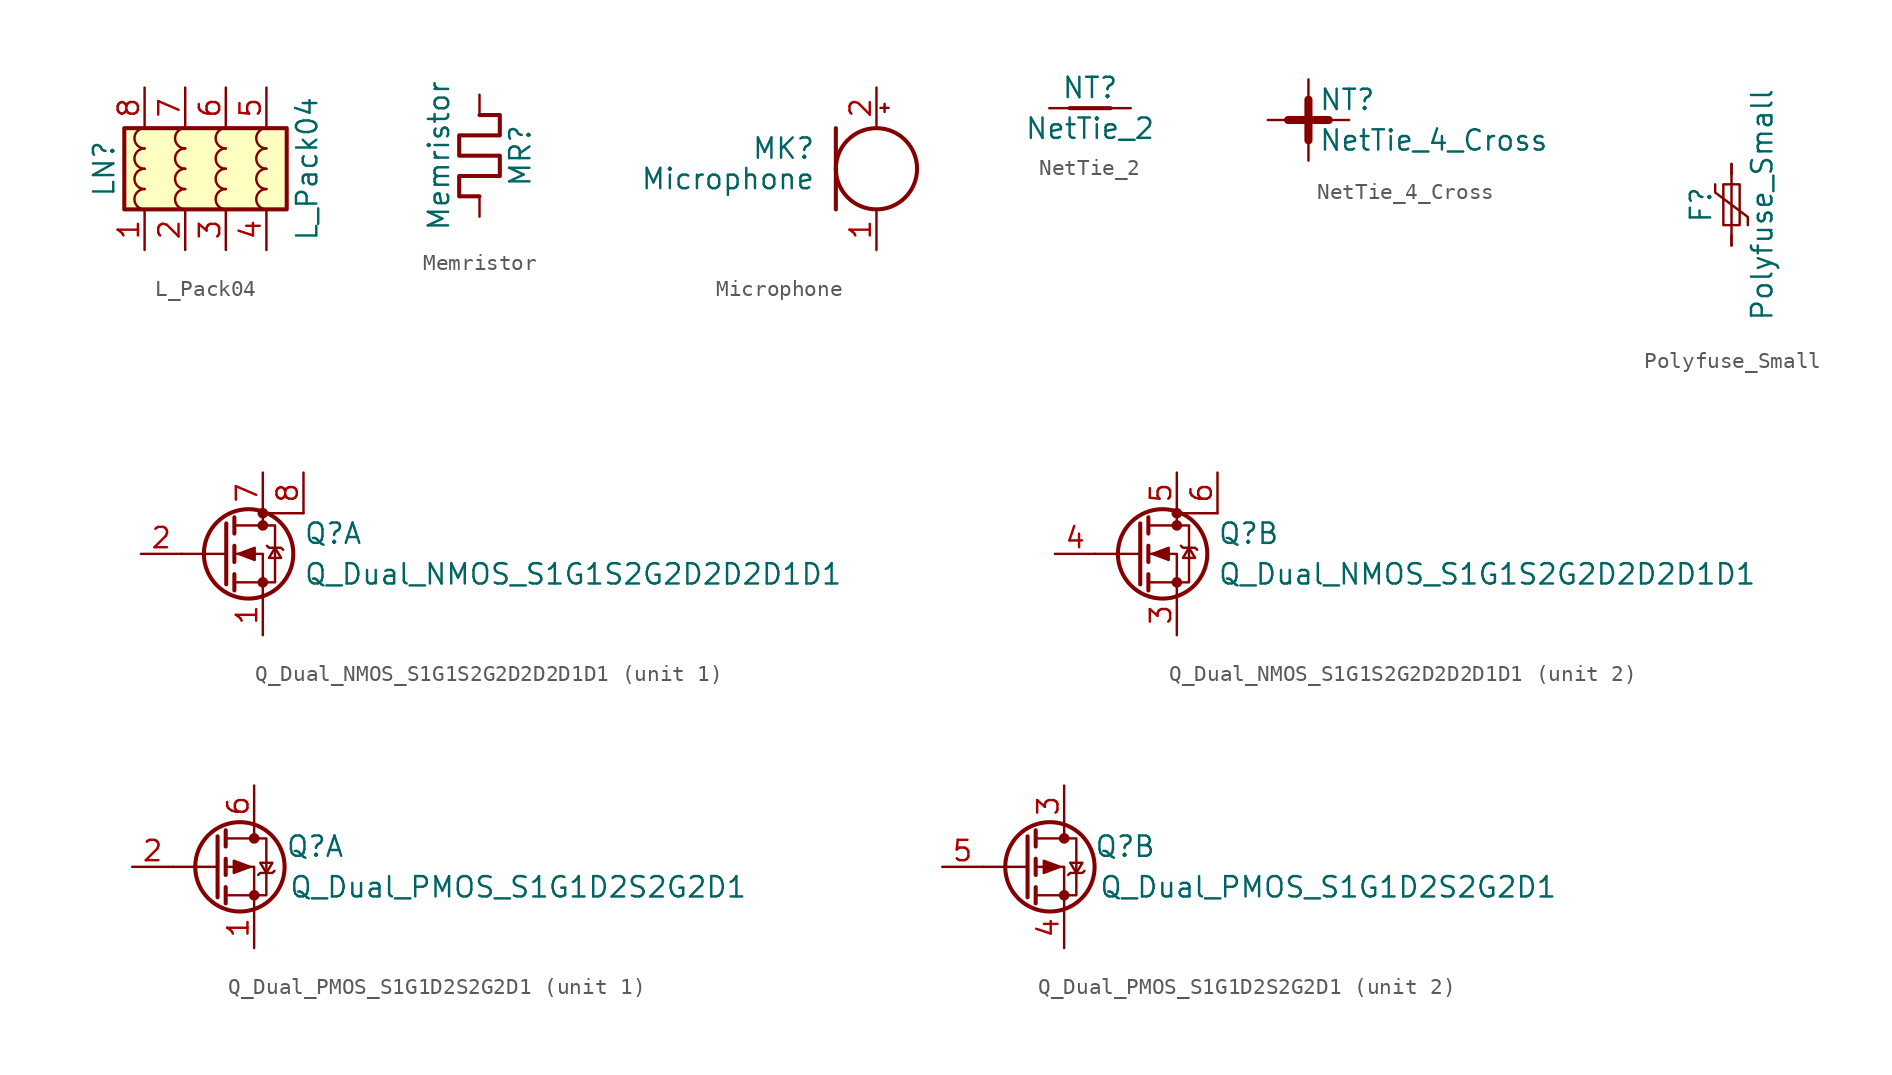
<source format=kicad_sym>
(kicad_symbol_lib
  (version 20220914)
  (generator kicad_symbol_editor)
  (symbol "L_Pack04"
    (property "Reference" "LN"
      (at -7.62 0 90)
      (effects (font (size 1.27 1.27))))
    (property "Value" "L_Pack04"
      (at 5.08 0 90)
      (effects (font (size 1.27 1.27))))
    (symbol "L_Pack04_0_1"
      (rectangle (start -6.35 2.54) (end 3.81 -2.54) (stroke (width 0.254) (type default)) (fill (type background))))
    (symbol "L_Pack04_1_1"
      (arc (start -5.08 -1.27) (mid -5.7123 -1.905) (end -5.08 -2.54) (stroke (width 0) (type default)) (fill (type none)))
      (arc (start -5.08 0) (mid -5.7123 -0.635) (end -5.08 -1.27) (stroke (width 0) (type default)) (fill (type none)))
      (arc (start -5.08 1.27) (mid -5.7123 0.635) (end -5.08 0) (stroke (width 0) (type default)) (fill (type none)))
      (arc (start -5.08 2.54) (mid -5.7123 1.905) (end -5.08 1.27) (stroke (width 0) (type default)) (fill (type none)))
      (arc (start -2.54 -1.27) (mid -3.1723 -1.905) (end -2.54 -2.54) (stroke (width 0) (type default)) (fill (type none)))
      (arc (start -2.54 0) (mid -3.1723 -0.635) (end -2.54 -1.27) (stroke (width 0) (type default)) (fill (type none)))
      (arc (start -2.54 1.27) (mid -3.1723 0.635) (end -2.54 0) (stroke (width 0) (type default)) (fill (type none)))
      (arc (start -2.54 2.54) (mid -3.1723 1.905) (end -2.54 1.27) (stroke (width 0) (type default)) (fill (type none)))
      (arc (start 0 -1.27) (mid -0.6323 -1.905) (end 0 -2.54) (stroke (width 0) (type default)) (fill (type none)))
      (arc (start 0 0) (mid -0.6323 -0.635) (end 0 -1.27) (stroke (width 0) (type default)) (fill (type none)))
      (arc (start 0 1.27) (mid -0.6323 0.635) (end 0 0) (stroke (width 0) (type default)) (fill (type none)))
      (arc (start 0 2.54) (mid -0.6323 1.905) (end 0 1.27) (stroke (width 0) (type default)) (fill (type none)))
      (arc (start 2.54 -1.27) (mid 1.9077 -1.905) (end 2.54 -2.54) (stroke (width 0) (type default)) (fill (type none)))
      (arc (start 2.54 0) (mid 1.9077 -0.635) (end 2.54 -1.27) (stroke (width 0) (type default)) (fill (type none)))
      (arc (start 2.54 1.27) (mid 1.9077 0.635) (end 2.54 0) (stroke (width 0) (type default)) (fill (type none)))
      (arc (start 2.54 2.54) (mid 1.9077 1.905) (end 2.54 1.27) (stroke (width 0) (type default)) (fill (type none)))
      (pin passive line (at -5.08 -5.08 90) (length 2.54) (name "~" (effects (font (size 1.27 1.27)))) (number "1" (effects (font (size 1.27 1.27)))))
      (pin passive line (at -2.54 -5.08 90) (length 2.54) (name "~" (effects (font (size 1.27 1.27)))) (number "2" (effects (font (size 1.27 1.27)))))
      (pin passive line (at 0 -5.08 90) (length 2.54) (name "~" (effects (font (size 1.27 1.27)))) (number "3" (effects (font (size 1.27 1.27)))))
      (pin passive line (at 2.54 -5.08 90) (length 2.54) (name "~" (effects (font (size 1.27 1.27)))) (number "4" (effects (font (size 1.27 1.27)))))
      (pin passive line (at 2.54 5.08 270) (length 2.54) (name "~" (effects (font (size 1.27 1.27)))) (number "5" (effects (font (size 1.27 1.27)))))
      (pin passive line (at 0 5.08 270) (length 2.54) (name "~" (effects (font (size 1.27 1.27)))) (number "6" (effects (font (size 1.27 1.27)))))
      (pin passive line (at -2.54 5.08 270) (length 2.54) (name "~" (effects (font (size 1.27 1.27)))) (number "7" (effects (font (size 1.27 1.27)))))
      (pin passive line (at -5.08 5.08 270) (length 2.54) (name "~" (effects (font (size 1.27 1.27)))) (number "8" (effects (font (size 1.27 1.27)))))))
  (symbol "Memristor"
    (pin_numbers hide)
    (pin_names
      (offset 0))
    (property "Reference" "MR"
      (at 2.54 0 90)
      (effects (font (size 1.27 1.27))))
    (property "Value" "Memristor"
      (at -2.54 0 90)
      (effects (font (size 1.27 1.27))))
    (symbol "Memristor_0_0"
      (polyline (pts (xy 0 2.54) (xy 1.27 2.54) (xy 1.27 1.27) (xy -1.27 1.27) (xy -1.27 0) (xy 1.27 0) (xy 1.27 -1.27) (xy -1.27 -1.27) (xy -1.27 -2.54) (xy 0 -2.54)) (stroke (width 0.254) (type default)) (fill (type none))))
    (symbol "Memristor_1_1"
      (pin passive line (at 0 3.81 270) (length 1.27) (name "~" (effects (font (size 1.27 1.27)))) (number "1" (effects (font (size 1.27 1.27)))))
      (pin passive line (at 0 -3.81 90) (length 1.27) (name "~" (effects (font (size 1.27 1.27)))) (number "2" (effects (font (size 1.27 1.27)))))))
  (symbol "Microphone"
    (pin_names
      (offset 0.025) hide)
    (property "Reference" "MK"
      (at -3.81 1.27 0)
      (effects (font (size 1.27 1.27)) (justify right)))
    (property "Value" "Microphone"
      (at -3.81 -0.635 0)
      (effects (font (size 1.27 1.27)) (justify right)))
    (symbol "Microphone_0_1"
      (polyline (pts (xy -2.54 2.54) (xy -2.54 -2.54)) (stroke (width 0.254) (type default)) (fill (type none)))
      (polyline (pts (xy 0.254 3.81) (xy 0.762 3.81)) (stroke (width 0) (type default)) (fill (type none)))
      (polyline (pts (xy 0.508 4.064) (xy 0.508 3.556)) (stroke (width 0) (type default)) (fill (type none)))
      (circle (center 0 0) (radius 2.54) (stroke (width 0.254) (type default)) (fill (type none))))
    (symbol "Microphone_1_1"
      (pin passive line (at 0 -5.08 90) (length 2.54) (name "-" (effects (font (size 1.27 1.27)))) (number "1" (effects (font (size 1.27 1.27)))))
      (pin passive line (at 0 5.08 270) (length 2.54) (name "+" (effects (font (size 1.27 1.27)))) (number "2" (effects (font (size 1.27 1.27)))))))
  (symbol "NetTie_2"
    (pin_numbers hide)
    (pin_names
      (offset 0) hide)
    (property "Reference" "NT"
      (at 0 1.27 0)
      (effects (font (size 1.27 1.27))))
    (property "Value" "NetTie_2"
      (at 0 -1.27 0)
      (effects (font (size 1.27 1.27))))
    (symbol "NetTie_2_0_1"
      (polyline (pts (xy -1.27 0) (xy 1.27 0)) (stroke (width 0.254) (type default)) (fill (type none))))
    (symbol "NetTie_2_1_1"
      (pin passive line (at -2.54 0 0) (length 2.54) (name "1" (effects (font (size 1.27 1.27)))) (number "1" (effects (font (size 1.27 1.27)))))
      (pin passive line (at 2.54 0 180) (length 2.54) (name "2" (effects (font (size 1.27 1.27)))) (number "2" (effects (font (size 1.27 1.27)))))))
  (symbol "NetTie_4_Cross"
    (pin_numbers hide)
    (pin_names
      (offset 0) hide)
    (property "Reference" "NT"
      (at 0.635 1.27 0)
      (effects (font (size 1.27 1.27)) (justify left)))
    (property "Value" "NetTie_4_Cross"
      (at 0.635 -1.27 0)
      (effects (font (size 1.27 1.27)) (justify left)))
    (symbol "NetTie_4_Cross_0_1"
      (polyline (pts (xy -1.27 0) (xy 1.27 0)) (stroke (width 0.508) (type default)) (fill (type none)))
      (polyline (pts (xy 0 -1.27) (xy 0 1.27)) (stroke (width 0.508) (type default)) (fill (type none))))
    (symbol "NetTie_4_Cross_1_1"
      (pin passive line (at -2.54 0 0) (length 2.54) (name "1" (effects (font (size 1.27 1.27)))) (number "1" (effects (font (size 1.27 1.27)))))
      (pin passive line (at 2.54 0 180) (length 2.54) (name "2" (effects (font (size 1.27 1.27)))) (number "2" (effects (font (size 1.27 1.27)))))
      (pin passive line (at 0 2.54 270) (length 2.54) (name "3" (effects (font (size 1.27 1.27)))) (number "3" (effects (font (size 1.27 1.27)))))
      (pin passive line (at 0 -2.54 90) (length 2.54) (name "4" (effects (font (size 1.27 1.27)))) (number "4" (effects (font (size 1.27 1.27)))))))
  (symbol "Polyfuse_Small"
    (pin_numbers hide)
    (pin_names
      (offset 0))
    (property "Reference" "F"
      (at -1.905 0 90)
      (effects (font (size 1.27 1.27))))
    (property "Value" "Polyfuse_Small"
      (at 1.905 0 90)
      (effects (font (size 1.27 1.27))))
    (symbol "Polyfuse_Small_0_1"
      (rectangle (start -0.508 1.27) (end 0.508 -1.27) (stroke (width 0) (type default)) (fill (type none)))
      (polyline (pts (xy 0 2.54) (xy 0 -2.54)) (stroke (width 0) (type default)) (fill (type none)))
      (polyline (pts (xy -1.016 1.27) (xy -1.016 0.762) (xy 1.016 -0.762) (xy 1.016 -1.27)) (stroke (width 0) (type default)) (fill (type none))))
    (symbol "Polyfuse_Small_1_1"
      (pin passive line (at 0 2.54 270) (length 0.635) (name "~" (effects (font (size 1.27 1.27)))) (number "1" (effects (font (size 1.27 1.27)))))
      (pin passive line (at 0 -2.54 90) (length 0.635) (name "~" (effects (font (size 1.27 1.27)))) (number "2" (effects (font (size 1.27 1.27)))))))
  (symbol "Q_Dual_NMOS_S1G1S2G2D2D2D1D1"
    (pin_names
      (offset 0) hide)
    (property "Reference" "Q"
      (at 5.08 1.27 0)
      (effects (font (size 1.27 1.27)) (justify left)))
    (property "Value" "Q_Dual_NMOS_S1G1S2G2D2D2D1D1"
      (at 5.08 -1.27 0)
      (effects (font (size 1.27 1.27)) (justify left)))
    (symbol "Q_Dual_NMOS_S1G1S2G2D2D2D1D1_0_1"
      (polyline (pts (xy 0.254 0) (xy -2.54 0)) (stroke (width 0) (type default)) (fill (type none)))
      (polyline (pts (xy 0.254 1.905) (xy 0.254 -1.905)) (stroke (width 0.254) (type default)) (fill (type none)))
      (polyline (pts (xy 0.762 -1.27) (xy 0.762 -2.286)) (stroke (width 0.254) (type default)) (fill (type none)))
      (polyline (pts (xy 0.762 0.508) (xy 0.762 -0.508)) (stroke (width 0.254) (type default)) (fill (type none)))
      (polyline (pts (xy 0.762 2.286) (xy 0.762 1.27)) (stroke (width 0.254) (type default)) (fill (type none)))
      (polyline (pts (xy 2.54 2.54) (xy 2.54 1.778)) (stroke (width 0) (type default)) (fill (type none)))
      (polyline (pts (xy 5.08 2.54) (xy 2.54 2.54)) (stroke (width 0) (type default)) (fill (type none)))
      (polyline (pts (xy 2.54 -2.54) (xy 2.54 0) (xy 0.762 0)) (stroke (width 0) (type default)) (fill (type none)))
      (polyline (pts (xy 0.762 -1.778) (xy 3.302 -1.778) (xy 3.302 1.778) (xy 0.762 1.778)) (stroke (width 0) (type default)) (fill (type none)))
      (polyline (pts (xy 1.016 0) (xy 2.032 0.381) (xy 2.032 -0.381) (xy 1.016 0)) (stroke (width 0) (type default)) (fill (type outline)))
      (polyline (pts (xy 2.794 0.508) (xy 2.921 0.381) (xy 3.683 0.381) (xy 3.81 0.254)) (stroke (width 0) (type default)) (fill (type none)))
      (polyline (pts (xy 3.302 0.381) (xy 2.921 -0.254) (xy 3.683 -0.254) (xy 3.302 0.381)) (stroke (width 0) (type default)) (fill (type none)))
      (circle (center 1.651 0) (radius 2.794) (stroke (width 0.254) (type default)) (fill (type none)))
      (circle (center 2.54 -1.778) (radius 0.254) (stroke (width 0) (type default)) (fill (type outline)))
      (circle (center 2.54 1.778) (radius 0.254) (stroke (width 0) (type default)) (fill (type outline)))
      (circle (center 2.54 2.54) (radius 0.254) (stroke (width 0) (type default)) (fill (type outline))))
    (symbol "Q_Dual_NMOS_S1G1S2G2D2D2D1D1_1_1"
      (pin passive line (at 2.54 -5.08 90) (length 2.54) (name "S" (effects (font (size 1.27 1.27)))) (number "1" (effects (font (size 1.27 1.27)))))
      (pin input line (at -5.08 0 0) (length 2.54) (name "G" (effects (font (size 1.27 1.27)))) (number "2" (effects (font (size 1.27 1.27)))))
      (pin passive line (at 2.54 5.08 270) (length 2.54) (name "D" (effects (font (size 1.27 1.27)))) (number "7" (effects (font (size 1.27 1.27)))))
      (pin passive line (at 5.08 5.08 270) (length 2.54) (name "D" (effects (font (size 1.27 1.27)))) (number "8" (effects (font (size 1.27 1.27))))))
    (symbol "Q_Dual_NMOS_S1G1S2G2D2D2D1D1_2_1"
      (pin passive line (at 2.54 -5.08 90) (length 2.54) (name "S" (effects (font (size 1.27 1.27)))) (number "3" (effects (font (size 1.27 1.27)))))
      (pin input line (at -5.08 0 0) (length 2.54) (name "G" (effects (font (size 1.27 1.27)))) (number "4" (effects (font (size 1.27 1.27)))))
      (pin passive line (at 2.54 5.08 270) (length 2.54) (name "D" (effects (font (size 1.27 1.27)))) (number "5" (effects (font (size 1.27 1.27)))))
      (pin passive line (at 5.08 5.08 270) (length 2.54) (name "D" (effects (font (size 1.27 1.27)))) (number "6" (effects (font (size 1.27 1.27)))))))
  (symbol "Q_Dual_PMOS_S1G1D2S2G2D1"
    (pin_names
      (offset 0) hide)
    (property "Reference" "Q"
      (at 6.35 1.27 0)
      (effects (font (size 1.27 1.27))))
    (property "Value" "Q_Dual_PMOS_S1G1D2S2G2D1"
      (at 19.05 -1.27 0)
      (effects (font (size 1.27 1.27))))
    (symbol "Q_Dual_PMOS_S1G1D2S2G2D1_0_1"
      (polyline (pts (xy 0.254 0) (xy -2.54 0)) (stroke (width 0) (type default)) (fill (type none)))
      (polyline (pts (xy 0.254 1.905) (xy 0.254 -1.905)) (stroke (width 0.254) (type default)) (fill (type none)))
      (polyline (pts (xy 0.762 -1.27) (xy 0.762 -2.286)) (stroke (width 0.254) (type default)) (fill (type none)))
      (polyline (pts (xy 0.762 0.508) (xy 0.762 -0.508)) (stroke (width 0.254) (type default)) (fill (type none)))
      (polyline (pts (xy 0.762 2.286) (xy 0.762 1.27)) (stroke (width 0.254) (type default)) (fill (type none)))
      (polyline (pts (xy 2.54 2.54) (xy 2.54 1.778)) (stroke (width 0) (type default)) (fill (type none)))
      (polyline (pts (xy 2.54 -2.54) (xy 2.54 0) (xy 0.762 0)) (stroke (width 0) (type default)) (fill (type none)))
      (polyline (pts (xy 0.762 1.778) (xy 3.302 1.778) (xy 3.302 -1.778) (xy 0.762 -1.778)) (stroke (width 0) (type default)) (fill (type none)))
      (polyline (pts (xy 2.286 0) (xy 1.27 0.381) (xy 1.27 -0.381) (xy 2.286 0)) (stroke (width 0) (type default)) (fill (type outline)))
      (polyline (pts (xy 2.794 -0.508) (xy 2.921 -0.381) (xy 3.683 -0.381) (xy 3.81 -0.254)) (stroke (width 0) (type default)) (fill (type none)))
      (polyline (pts (xy 3.302 -0.381) (xy 2.921 0.254) (xy 3.683 0.254) (xy 3.302 -0.381)) (stroke (width 0) (type default)) (fill (type none)))
      (circle (center 1.651 0) (radius 2.794) (stroke (width 0.254) (type default)) (fill (type none)))
      (circle (center 2.54 -1.778) (radius 0.254) (stroke (width 0) (type default)) (fill (type outline)))
      (circle (center 2.54 1.778) (radius 0.254) (stroke (width 0) (type default)) (fill (type outline))))
    (symbol "Q_Dual_PMOS_S1G1D2S2G2D1_1_1"
      (pin passive line (at 2.54 -5.08 90) (length 2.54) (name "S" (effects (font (size 1.27 1.27)))) (number "1" (effects (font (size 1.27 1.27)))))
      (pin input line (at -5.08 0 0) (length 2.54) (name "G" (effects (font (size 1.27 1.27)))) (number "2" (effects (font (size 1.27 1.27)))))
      (pin passive line (at 2.54 5.08 270) (length 2.54) (name "D" (effects (font (size 1.27 1.27)))) (number "6" (effects (font (size 1.27 1.27))))))
    (symbol "Q_Dual_PMOS_S1G1D2S2G2D1_2_1"
      (pin passive line (at 2.54 5.08 270) (length 2.54) (name "D" (effects (font (size 1.27 1.27)))) (number "3" (effects (font (size 1.27 1.27)))))
      (pin passive line (at 2.54 -5.08 90) (length 2.54) (name "S" (effects (font (size 1.27 1.27)))) (number "4" (effects (font (size 1.27 1.27)))))
      (pin input line (at -5.08 0 0) (length 2.54) (name "G" (effects (font (size 1.27 1.27)))) (number "5" (effects (font (size 1.27 1.27))))))))
</source>
